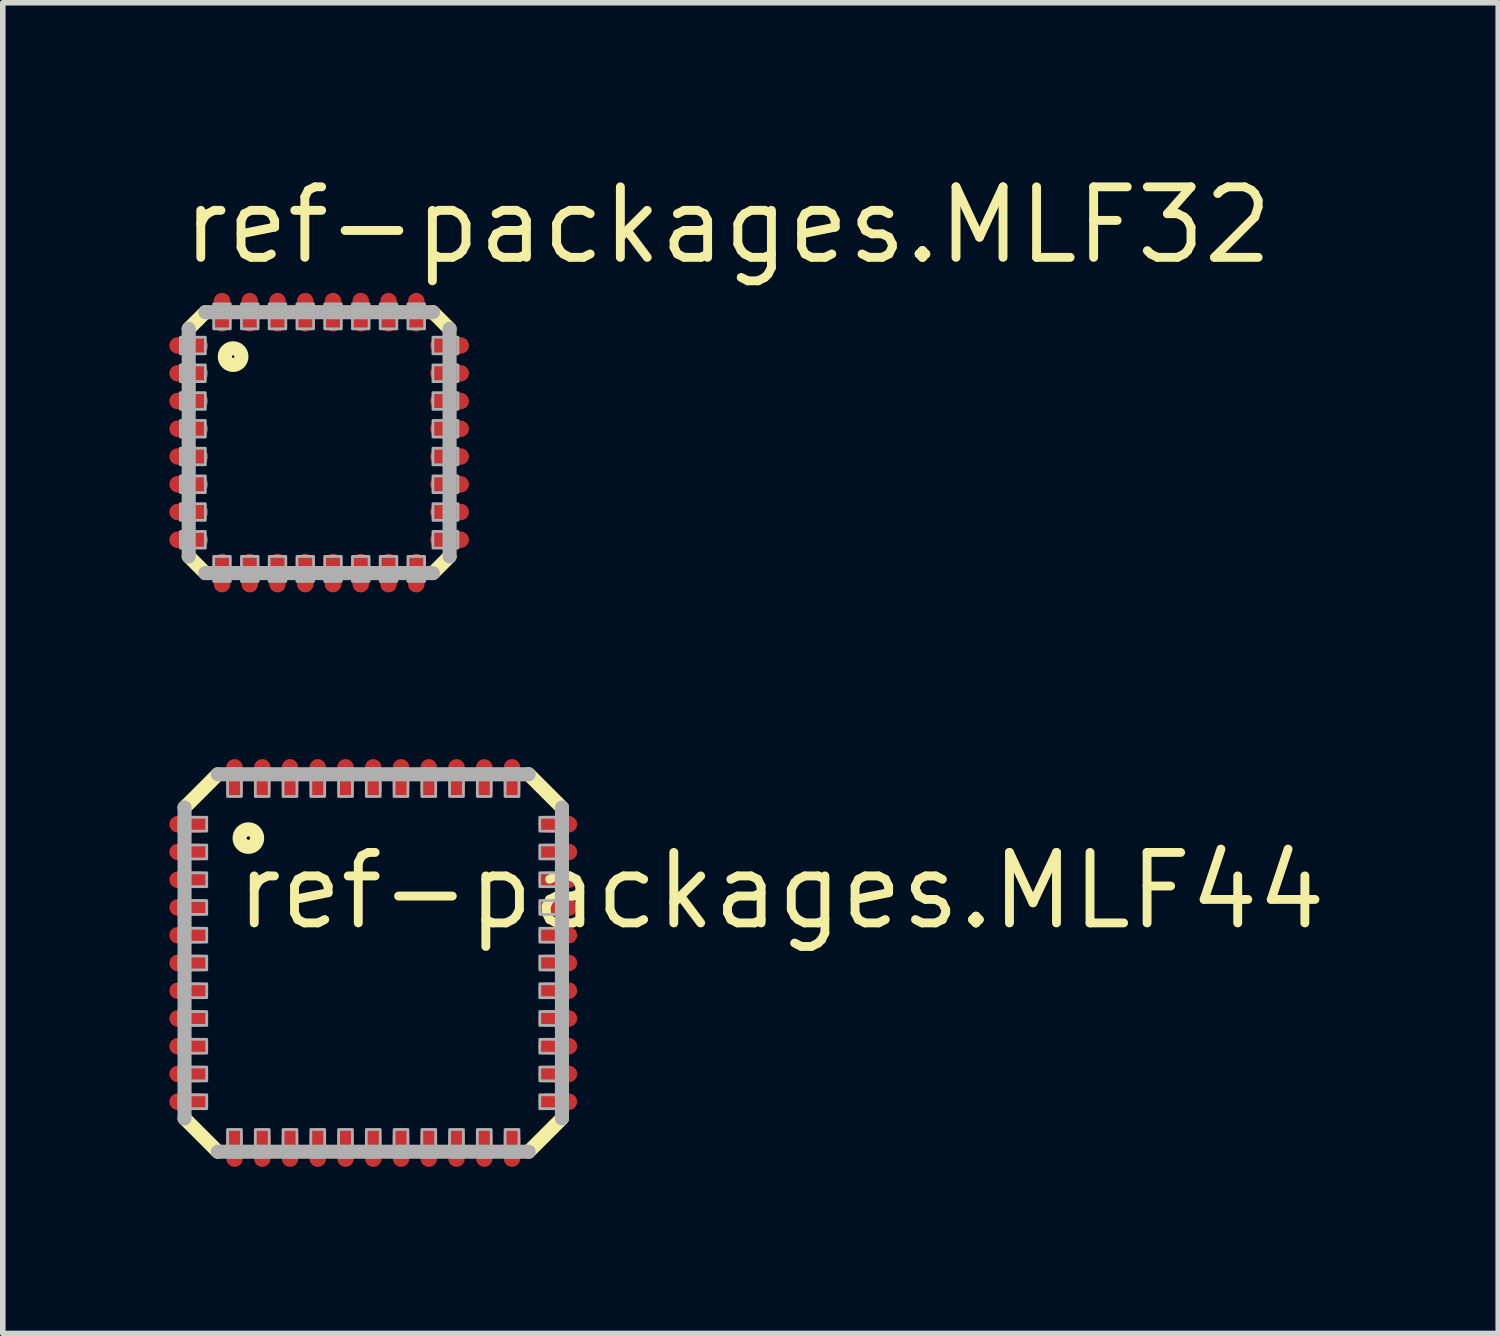
<source format=kicad_pcb>
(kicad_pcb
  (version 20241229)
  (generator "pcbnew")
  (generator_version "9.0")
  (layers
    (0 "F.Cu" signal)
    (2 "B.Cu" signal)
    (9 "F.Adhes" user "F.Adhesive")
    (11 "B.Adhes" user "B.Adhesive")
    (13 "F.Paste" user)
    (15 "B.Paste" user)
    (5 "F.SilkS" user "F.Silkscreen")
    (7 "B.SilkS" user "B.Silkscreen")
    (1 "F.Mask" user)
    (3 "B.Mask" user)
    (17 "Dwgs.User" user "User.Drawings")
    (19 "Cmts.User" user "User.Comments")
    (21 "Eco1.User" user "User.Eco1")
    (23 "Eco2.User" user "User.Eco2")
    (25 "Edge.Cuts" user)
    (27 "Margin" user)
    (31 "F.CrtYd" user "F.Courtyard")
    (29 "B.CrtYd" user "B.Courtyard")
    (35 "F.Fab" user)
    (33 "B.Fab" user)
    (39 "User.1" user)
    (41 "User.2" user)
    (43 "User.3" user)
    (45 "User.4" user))
  (footprint "ref-packages.MLF44"
    (layer "F.Cu")
    (at 3.675 14.3)
    (property "Reference" "ref-packages.MLF44" (at -2.552 -0.558 0) (layer "F.SilkS") (effects (font (size 1.27 1.27) (thickness 0.16)) (justify left bottom)))
    (attr smd)
    (fp_line (start -3.4 -2.8) (end -2.8 -3.4) (stroke (width 0.254) (type default)) (layer "F.SilkS"))
    (fp_line (start -2.8 3.4) (end -3.4 2.8) (stroke (width 0.254) (type default)) (layer "F.SilkS"))
    (fp_line (start 2.8 -3.4) (end 3.4 -2.8) (stroke (width 0.254) (type default)) (layer "F.SilkS"))
    (fp_line (start 3.4 2.8) (end 2.8 3.4) (stroke (width 0.254) (type default)) (layer "F.SilkS"))
    (fp_circle (center -2.25 -2.25) (end -2.092 -2.25) (stroke (width 0.254) (type default)) (fill no) (layer "F.SilkS"))
    (fp_line (start -3.4 2.8) (end -3.4 -2.8) (stroke (width 0.254) (type default)) (layer "F.Fab"))
    (fp_line (start -2.8 -3.4) (end 2.8 -3.4) (stroke (width 0.254) (type default)) (layer "F.Fab"))
    (fp_line (start 2.8 3.4) (end -2.8 3.4) (stroke (width 0.254) (type default)) (layer "F.Fab"))
    (fp_line (start 3.4 -2.8) (end 3.4 2.8) (stroke (width 0.254) (type default)) (layer "F.Fab"))
    (fp_rect (start -3.5 -2.375) (end -3 -2.625) (stroke (width 0.05) (type default)) (fill no) (layer "F.Fab"))
    (fp_rect (start -3.5 -1.875) (end -3 -2.125) (stroke (width 0.05) (type default)) (fill no) (layer "F.Fab"))
    (fp_rect (start -3.5 -1.375) (end -3 -1.625) (stroke (width 0.05) (type default)) (fill no) (layer "F.Fab"))
    (fp_rect (start -3.5 -0.875) (end -3 -1.125) (stroke (width 0.05) (type default)) (fill no) (layer "F.Fab"))
    (fp_rect (start -3.5 -0.375) (end -3 -0.625) (stroke (width 0.05) (type default)) (fill no) (layer "F.Fab"))
    (fp_rect (start -3.5 0.125) (end -3 -0.125) (stroke (width 0.05) (type default)) (fill no) (layer "F.Fab"))
    (fp_rect (start -3.5 0.625) (end -3 0.375) (stroke (width 0.05) (type default)) (fill no) (layer "F.Fab"))
    (fp_rect (start -3.5 1.125) (end -3 0.875) (stroke (width 0.05) (type default)) (fill no) (layer "F.Fab"))
    (fp_rect (start -3.5 1.625) (end -3 1.375) (stroke (width 0.05) (type default)) (fill no) (layer "F.Fab"))
    (fp_rect (start -3.5 2.125) (end -3 1.875) (stroke (width 0.05) (type default)) (fill no) (layer "F.Fab"))
    (fp_rect (start -3.5 2.625) (end -3 2.375) (stroke (width 0.05) (type default)) (fill no) (layer "F.Fab"))
    (fp_rect (start -2.625 -3) (end -2.375 -3.5) (stroke (width 0.05) (type default)) (fill no) (layer "F.Fab"))
    (fp_rect (start -2.625 3.5) (end -2.375 3) (stroke (width 0.05) (type default)) (fill no) (layer "F.Fab"))
    (fp_rect (start -2.125 -3) (end -1.875 -3.5) (stroke (width 0.05) (type default)) (fill no) (layer "F.Fab"))
    (fp_rect (start -2.125 3.5) (end -1.875 3) (stroke (width 0.05) (type default)) (fill no) (layer "F.Fab"))
    (fp_rect (start -1.625 -3) (end -1.375 -3.5) (stroke (width 0.05) (type default)) (fill no) (layer "F.Fab"))
    (fp_rect (start -1.625 3.5) (end -1.375 3) (stroke (width 0.05) (type default)) (fill no) (layer "F.Fab"))
    (fp_rect (start -1.125 -3) (end -0.875 -3.5) (stroke (width 0.05) (type default)) (fill no) (layer "F.Fab"))
    (fp_rect (start -1.125 3.5) (end -0.875 3) (stroke (width 0.05) (type default)) (fill no) (layer "F.Fab"))
    (fp_rect (start -0.625 -3) (end -0.375 -3.5) (stroke (width 0.05) (type default)) (fill no) (layer "F.Fab"))
    (fp_rect (start -0.625 3.5) (end -0.375 3) (stroke (width 0.05) (type default)) (fill no) (layer "F.Fab"))
    (fp_rect (start -0.125 -3) (end 0.125 -3.5) (stroke (width 0.05) (type default)) (fill no) (layer "F.Fab"))
    (fp_rect (start -0.125 3.5) (end 0.125 3) (stroke (width 0.05) (type default)) (fill no) (layer "F.Fab"))
    (fp_rect (start 0.375 -3) (end 0.625 -3.5) (stroke (width 0.05) (type default)) (fill no) (layer "F.Fab"))
    (fp_rect (start 0.375 3.5) (end 0.625 3) (stroke (width 0.05) (type default)) (fill no) (layer "F.Fab"))
    (fp_rect (start 0.875 -3) (end 1.125 -3.5) (stroke (width 0.05) (type default)) (fill no) (layer "F.Fab"))
    (fp_rect (start 0.875 3.5) (end 1.125 3) (stroke (width 0.05) (type default)) (fill no) (layer "F.Fab"))
    (fp_rect (start 1.375 -3) (end 1.625 -3.5) (stroke (width 0.05) (type default)) (fill no) (layer "F.Fab"))
    (fp_rect (start 1.375 3.5) (end 1.625 3) (stroke (width 0.05) (type default)) (fill no) (layer "F.Fab"))
    (fp_rect (start 1.875 -3) (end 2.125 -3.5) (stroke (width 0.05) (type default)) (fill no) (layer "F.Fab"))
    (fp_rect (start 1.875 3.5) (end 2.125 3) (stroke (width 0.05) (type default)) (fill no) (layer "F.Fab"))
    (fp_rect (start 2.375 -3) (end 2.625 -3.5) (stroke (width 0.05) (type default)) (fill no) (layer "F.Fab"))
    (fp_rect (start 2.375 3.5) (end 2.625 3) (stroke (width 0.05) (type default)) (fill no) (layer "F.Fab"))
    (fp_rect (start 3 -2.375) (end 3.5 -2.625) (stroke (width 0.05) (type default)) (fill no) (layer "F.Fab"))
    (fp_rect (start 3 -1.875) (end 3.5 -2.125) (stroke (width 0.05) (type default)) (fill no) (layer "F.Fab"))
    (fp_rect (start 3 -1.375) (end 3.5 -1.625) (stroke (width 0.05) (type default)) (fill no) (layer "F.Fab"))
    (fp_rect (start 3 -0.875) (end 3.5 -1.125) (stroke (width 0.05) (type default)) (fill no) (layer "F.Fab"))
    (fp_rect (start 3 -0.375) (end 3.5 -0.625) (stroke (width 0.05) (type default)) (fill no) (layer "F.Fab"))
    (fp_rect (start 3 0.125) (end 3.5 -0.125) (stroke (width 0.05) (type default)) (fill no) (layer "F.Fab"))
    (fp_rect (start 3 0.625) (end 3.5 0.375) (stroke (width 0.05) (type default)) (fill no) (layer "F.Fab"))
    (fp_rect (start 3 1.125) (end 3.5 0.875) (stroke (width 0.05) (type default)) (fill no) (layer "F.Fab"))
    (fp_rect (start 3 1.625) (end 3.5 1.375) (stroke (width 0.05) (type default)) (fill no) (layer "F.Fab"))
    (fp_rect (start 3 2.125) (end 3.5 1.875) (stroke (width 0.05) (type default)) (fill no) (layer "F.Fab"))
    (fp_rect (start 3 2.625) (end 3.5 2.375) (stroke (width 0.05) (type default)) (fill no) (layer "F.Fab"))
    (pad "1" smd roundrect (at -3.325 -2.5) (size 0.7 0.3) (layers "F.Cu" "F.Mask" "F.Paste") (roundrect_rratio 0.5))
    (pad "2" smd roundrect (at -3.325 -2) (size 0.7 0.3) (layers "F.Cu" "F.Mask" "F.Paste") (roundrect_rratio 0.5))
    (pad "3" smd roundrect (at -3.325 -1.5) (size 0.7 0.3) (layers "F.Cu" "F.Mask" "F.Paste") (roundrect_rratio 0.5))
    (pad "4" smd roundrect (at -3.325 -1) (size 0.7 0.3) (layers "F.Cu" "F.Mask" "F.Paste") (roundrect_rratio 0.5))
    (pad "5" smd roundrect (at -3.325 -0.5) (size 0.7 0.3) (layers "F.Cu" "F.Mask" "F.Paste") (roundrect_rratio 0.5))
    (pad "6" smd roundrect (at -3.325 0) (size 0.7 0.3) (layers "F.Cu" "F.Mask" "F.Paste") (roundrect_rratio 0.5))
    (pad "7" smd roundrect (at -3.325 0.5) (size 0.7 0.3) (layers "F.Cu" "F.Mask" "F.Paste") (roundrect_rratio 0.5))
    (pad "8" smd roundrect (at -3.325 1) (size 0.7 0.3) (layers "F.Cu" "F.Mask" "F.Paste") (roundrect_rratio 0.5))
    (pad "9" smd roundrect (at -3.325 1.5) (size 0.7 0.3) (layers "F.Cu" "F.Mask" "F.Paste") (roundrect_rratio 0.5))
    (pad "10" smd roundrect (at -3.325 2) (size 0.7 0.3) (layers "F.Cu" "F.Mask" "F.Paste") (roundrect_rratio 0.5))
    (pad "11" smd roundrect (at -3.325 2.5) (size 0.7 0.3) (layers "F.Cu" "F.Mask" "F.Paste") (roundrect_rratio 0.5))
    (pad "12" smd roundrect (at -2.5 3.325) (size 0.3 0.7) (layers "F.Cu" "F.Mask" "F.Paste") (roundrect_rratio 0.5))
    (pad "13" smd roundrect (at -2 3.325) (size 0.3 0.7) (layers "F.Cu" "F.Mask" "F.Paste") (roundrect_rratio 0.5))
    (pad "14" smd roundrect (at -1.5 3.325) (size 0.3 0.7) (layers "F.Cu" "F.Mask" "F.Paste") (roundrect_rratio 0.5))
    (pad "15" smd roundrect (at -1 3.325) (size 0.3 0.7) (layers "F.Cu" "F.Mask" "F.Paste") (roundrect_rratio 0.5))
    (pad "16" smd roundrect (at -0.5 3.325) (size 0.3 0.7) (layers "F.Cu" "F.Mask" "F.Paste") (roundrect_rratio 0.5))
    (pad "17" smd roundrect (at 0 3.325) (size 0.3 0.7) (layers "F.Cu" "F.Mask" "F.Paste") (roundrect_rratio 0.5))
    (pad "18" smd roundrect (at 0.5 3.325) (size 0.3 0.7) (layers "F.Cu" "F.Mask" "F.Paste") (roundrect_rratio 0.5))
    (pad "19" smd roundrect (at 1 3.325) (size 0.3 0.7) (layers "F.Cu" "F.Mask" "F.Paste") (roundrect_rratio 0.5))
    (pad "20" smd roundrect (at 1.5 3.325) (size 0.3 0.7) (layers "F.Cu" "F.Mask" "F.Paste") (roundrect_rratio 0.5))
    (pad "21" smd roundrect (at 2 3.325) (size 0.3 0.7) (layers "F.Cu" "F.Mask" "F.Paste") (roundrect_rratio 0.5))
    (pad "22" smd roundrect (at 2.5 3.325) (size 0.3 0.7) (layers "F.Cu" "F.Mask" "F.Paste") (roundrect_rratio 0.5))
    (pad "23" smd roundrect (at 3.325 2.5) (size 0.7 0.3) (layers "F.Cu" "F.Mask" "F.Paste") (roundrect_rratio 0.5))
    (pad "24" smd roundrect (at 3.325 2) (size 0.7 0.3) (layers "F.Cu" "F.Mask" "F.Paste") (roundrect_rratio 0.5))
    (pad "25" smd roundrect (at 3.325 1.5) (size 0.7 0.3) (layers "F.Cu" "F.Mask" "F.Paste") (roundrect_rratio 0.5))
    (pad "26" smd roundrect (at 3.325 1) (size 0.7 0.3) (layers "F.Cu" "F.Mask" "F.Paste") (roundrect_rratio 0.5))
    (pad "27" smd roundrect (at 3.325 0.5) (size 0.7 0.3) (layers "F.Cu" "F.Mask" "F.Paste") (roundrect_rratio 0.5))
    (pad "28" smd roundrect (at 3.325 0) (size 0.7 0.3) (layers "F.Cu" "F.Mask" "F.Paste") (roundrect_rratio 0.5))
    (pad "29" smd roundrect (at 3.325 -0.5) (size 0.7 0.3) (layers "F.Cu" "F.Mask" "F.Paste") (roundrect_rratio 0.5))
    (pad "30" smd roundrect (at 3.325 -1) (size 0.7 0.3) (layers "F.Cu" "F.Mask" "F.Paste") (roundrect_rratio 0.5))
    (pad "31" smd roundrect (at 3.325 -1.5) (size 0.7 0.3) (layers "F.Cu" "F.Mask" "F.Paste") (roundrect_rratio 0.5))
    (pad "32" smd roundrect (at 3.325 -2) (size 0.7 0.3) (layers "F.Cu" "F.Mask" "F.Paste") (roundrect_rratio 0.5))
    (pad "33" smd roundrect (at 3.325 -2.5) (size 0.7 0.3) (layers "F.Cu" "F.Mask" "F.Paste") (roundrect_rratio 0.5))
    (pad "34" smd roundrect (at 2.5 -3.325) (size 0.3 0.7) (layers "F.Cu" "F.Mask" "F.Paste") (roundrect_rratio 0.5))
    (pad "35" smd roundrect (at 2 -3.325) (size 0.3 0.7) (layers "F.Cu" "F.Mask" "F.Paste") (roundrect_rratio 0.5))
    (pad "36" smd roundrect (at 1.5 -3.325) (size 0.3 0.7) (layers "F.Cu" "F.Mask" "F.Paste") (roundrect_rratio 0.5))
    (pad "37" smd roundrect (at 1 -3.325) (size 0.3 0.7) (layers "F.Cu" "F.Mask" "F.Paste") (roundrect_rratio 0.5))
    (pad "38" smd roundrect (at 0.5 -3.325) (size 0.3 0.7) (layers "F.Cu" "F.Mask" "F.Paste") (roundrect_rratio 0.5))
    (pad "39" smd roundrect (at 0 -3.325) (size 0.3 0.7) (layers "F.Cu" "F.Mask" "F.Paste") (roundrect_rratio 0.5))
    (pad "40" smd roundrect (at -0.5 -3.325) (size 0.3 0.7) (layers "F.Cu" "F.Mask" "F.Paste") (roundrect_rratio 0.5))
    (pad "41" smd roundrect (at -1 -3.325) (size 0.3 0.7) (layers "F.Cu" "F.Mask" "F.Paste") (roundrect_rratio 0.5))
    (pad "42" smd roundrect (at -1.5 -3.325) (size 0.3 0.7) (layers "F.Cu" "F.Mask" "F.Paste") (roundrect_rratio 0.5))
    (pad "43" smd roundrect (at -2 -3.325) (size 0.3 0.7) (layers "F.Cu" "F.Mask" "F.Paste") (roundrect_rratio 0.5))
    (pad "44" smd roundrect (at -2.5 -3.325) (size 0.3 0.7) (layers "F.Cu" "F.Mask" "F.Paste") (roundrect_rratio 0.5)))
  (footprint "ref-packages.MLF32"
    (layer "F.Cu")
    (at 2.7 4.925)
    (property "Reference" "ref-packages.MLF32" (at -2.54 -3.175 0) (layer "F.SilkS") (effects (font (size 1.27 1.27) (thickness 0.16)) (justify left bottom)))
    (attr smd)
    (fp_line (start -2.35 -2.05) (end -2.05 -2.35) (stroke (width 0.254) (type default)) (layer "F.SilkS"))
    (fp_line (start -2.05 2.35) (end -2.35 2.05) (stroke (width 0.254) (type default)) (layer "F.SilkS"))
    (fp_line (start 2.05 -2.35) (end 2.35 -2.05) (stroke (width 0.254) (type default)) (layer "F.SilkS"))
    (fp_line (start 2.35 2.05) (end 2.05 2.35) (stroke (width 0.254) (type default)) (layer "F.SilkS"))
    (fp_circle (center -1.55 -1.55) (end -1.4 -1.55) (stroke (width 0.254) (type default)) (fill no) (layer "F.SilkS"))
    (fp_line (start -2.35 2.05) (end -2.35 -2.05) (stroke (width 0.254) (type default)) (layer "F.Fab"))
    (fp_line (start -2.05 -2.35) (end 2.05 -2.35) (stroke (width 0.254) (type default)) (layer "F.Fab"))
    (fp_line (start 2.05 2.35) (end -2.05 2.35) (stroke (width 0.254) (type default)) (layer "F.Fab"))
    (fp_line (start 2.35 -2.05) (end 2.35 2.05) (stroke (width 0.254) (type default)) (layer "F.Fab"))
    (fp_rect (start -2.5 -1.6) (end -2.05 -1.9) (stroke (width 0.05) (type default)) (fill no) (layer "F.Fab"))
    (fp_rect (start -2.5 -1.1) (end -2.05 -1.4) (stroke (width 0.05) (type default)) (fill no) (layer "F.Fab"))
    (fp_rect (start -2.5 -0.6) (end -2.05 -0.9) (stroke (width 0.05) (type default)) (fill no) (layer "F.Fab"))
    (fp_rect (start -2.5 -0.1) (end -2.05 -0.4) (stroke (width 0.05) (type default)) (fill no) (layer "F.Fab"))
    (fp_rect (start -2.5 0.4) (end -2.05 0.1) (stroke (width 0.05) (type default)) (fill no) (layer "F.Fab"))
    (fp_rect (start -2.5 0.9) (end -2.05 0.6) (stroke (width 0.05) (type default)) (fill no) (layer "F.Fab"))
    (fp_rect (start -2.5 1.4) (end -2.05 1.1) (stroke (width 0.05) (type default)) (fill no) (layer "F.Fab"))
    (fp_rect (start -2.5 1.9) (end -2.05 1.6) (stroke (width 0.05) (type default)) (fill no) (layer "F.Fab"))
    (fp_rect (start -1.9 -2.05) (end -1.6 -2.5) (stroke (width 0.05) (type default)) (fill no) (layer "F.Fab"))
    (fp_rect (start -1.9 2.5) (end -1.6 2.05) (stroke (width 0.05) (type default)) (fill no) (layer "F.Fab"))
    (fp_rect (start -1.4 -2.05) (end -1.1 -2.5) (stroke (width 0.05) (type default)) (fill no) (layer "F.Fab"))
    (fp_rect (start -1.4 2.5) (end -1.1 2.05) (stroke (width 0.05) (type default)) (fill no) (layer "F.Fab"))
    (fp_rect (start -0.9 -2.05) (end -0.6 -2.5) (stroke (width 0.05) (type default)) (fill no) (layer "F.Fab"))
    (fp_rect (start -0.9 2.5) (end -0.6 2.05) (stroke (width 0.05) (type default)) (fill no) (layer "F.Fab"))
    (fp_rect (start -0.4 -2.05) (end -0.1 -2.5) (stroke (width 0.05) (type default)) (fill no) (layer "F.Fab"))
    (fp_rect (start -0.4 2.5) (end -0.1 2.05) (stroke (width 0.05) (type default)) (fill no) (layer "F.Fab"))
    (fp_rect (start 0.1 -2.05) (end 0.4 -2.5) (stroke (width 0.05) (type default)) (fill no) (layer "F.Fab"))
    (fp_rect (start 0.1 2.5) (end 0.4 2.05) (stroke (width 0.05) (type default)) (fill no) (layer "F.Fab"))
    (fp_rect (start 0.6 -2.05) (end 0.9 -2.5) (stroke (width 0.05) (type default)) (fill no) (layer "F.Fab"))
    (fp_rect (start 0.6 2.5) (end 0.9 2.05) (stroke (width 0.05) (type default)) (fill no) (layer "F.Fab"))
    (fp_rect (start 1.1 -2.05) (end 1.4 -2.5) (stroke (width 0.05) (type default)) (fill no) (layer "F.Fab"))
    (fp_rect (start 1.1 2.5) (end 1.4 2.05) (stroke (width 0.05) (type default)) (fill no) (layer "F.Fab"))
    (fp_rect (start 1.6 -2.05) (end 1.9 -2.5) (stroke (width 0.05) (type default)) (fill no) (layer "F.Fab"))
    (fp_rect (start 1.6 2.5) (end 1.9 2.05) (stroke (width 0.05) (type default)) (fill no) (layer "F.Fab"))
    (fp_rect (start 2.05 -1.6) (end 2.5 -1.9) (stroke (width 0.05) (type default)) (fill no) (layer "F.Fab"))
    (fp_rect (start 2.05 -1.1) (end 2.5 -1.4) (stroke (width 0.05) (type default)) (fill no) (layer "F.Fab"))
    (fp_rect (start 2.05 -0.6) (end 2.5 -0.9) (stroke (width 0.05) (type default)) (fill no) (layer "F.Fab"))
    (fp_rect (start 2.05 -0.1) (end 2.5 -0.4) (stroke (width 0.05) (type default)) (fill no) (layer "F.Fab"))
    (fp_rect (start 2.05 0.4) (end 2.5 0.1) (stroke (width 0.05) (type default)) (fill no) (layer "F.Fab"))
    (fp_rect (start 2.05 0.9) (end 2.5 0.6) (stroke (width 0.05) (type default)) (fill no) (layer "F.Fab"))
    (fp_rect (start 2.05 1.4) (end 2.5 1.1) (stroke (width 0.05) (type default)) (fill no) (layer "F.Fab"))
    (fp_rect (start 2.05 1.9) (end 2.5 1.6) (stroke (width 0.05) (type default)) (fill no) (layer "F.Fab"))
    (pad "1" smd roundrect (at -2.35 -1.75) (size 0.7 0.3) (layers "F.Cu" "F.Mask" "F.Paste") (roundrect_rratio 0.5))
    (pad "2" smd roundrect (at -2.35 -1.25) (size 0.7 0.3) (layers "F.Cu" "F.Mask" "F.Paste") (roundrect_rratio 0.5))
    (pad "3" smd roundrect (at -2.35 -0.75) (size 0.7 0.3) (layers "F.Cu" "F.Mask" "F.Paste") (roundrect_rratio 0.5))
    (pad "4" smd roundrect (at -2.35 -0.25) (size 0.7 0.3) (layers "F.Cu" "F.Mask" "F.Paste") (roundrect_rratio 0.5))
    (pad "5" smd roundrect (at -2.35 0.25) (size 0.7 0.3) (layers "F.Cu" "F.Mask" "F.Paste") (roundrect_rratio 0.5))
    (pad "6" smd roundrect (at -2.35 0.75) (size 0.7 0.3) (layers "F.Cu" "F.Mask" "F.Paste") (roundrect_rratio 0.5))
    (pad "7" smd roundrect (at -2.35 1.25) (size 0.7 0.3) (layers "F.Cu" "F.Mask" "F.Paste") (roundrect_rratio 0.5))
    (pad "8" smd roundrect (at -2.35 1.75) (size 0.7 0.3) (layers "F.Cu" "F.Mask" "F.Paste") (roundrect_rratio 0.5))
    (pad "9" smd roundrect (at -1.75 2.35) (size 0.3 0.7) (layers "F.Cu" "F.Mask" "F.Paste") (roundrect_rratio 0.5))
    (pad "10" smd roundrect (at -1.25 2.35) (size 0.3 0.7) (layers "F.Cu" "F.Mask" "F.Paste") (roundrect_rratio 0.5))
    (pad "11" smd roundrect (at -0.75 2.35) (size 0.3 0.7) (layers "F.Cu" "F.Mask" "F.Paste") (roundrect_rratio 0.5))
    (pad "12" smd roundrect (at -0.25 2.35) (size 0.3 0.7) (layers "F.Cu" "F.Mask" "F.Paste") (roundrect_rratio 0.5))
    (pad "13" smd roundrect (at 0.25 2.35) (size 0.3 0.7) (layers "F.Cu" "F.Mask" "F.Paste") (roundrect_rratio 0.5))
    (pad "14" smd roundrect (at 0.75 2.35) (size 0.3 0.7) (layers "F.Cu" "F.Mask" "F.Paste") (roundrect_rratio 0.5))
    (pad "15" smd roundrect (at 1.25 2.35) (size 0.3 0.7) (layers "F.Cu" "F.Mask" "F.Paste") (roundrect_rratio 0.5))
    (pad "16" smd roundrect (at 1.75 2.35) (size 0.3 0.7) (layers "F.Cu" "F.Mask" "F.Paste") (roundrect_rratio 0.5))
    (pad "17" smd roundrect (at 2.35 1.75) (size 0.7 0.3) (layers "F.Cu" "F.Mask" "F.Paste") (roundrect_rratio 0.5))
    (pad "18" smd roundrect (at 2.35 1.25) (size 0.7 0.3) (layers "F.Cu" "F.Mask" "F.Paste") (roundrect_rratio 0.5))
    (pad "19" smd roundrect (at 2.35 0.75) (size 0.7 0.3) (layers "F.Cu" "F.Mask" "F.Paste") (roundrect_rratio 0.5))
    (pad "20" smd roundrect (at 2.35 0.25) (size 0.7 0.3) (layers "F.Cu" "F.Mask" "F.Paste") (roundrect_rratio 0.5))
    (pad "21" smd roundrect (at 2.35 -0.25) (size 0.7 0.3) (layers "F.Cu" "F.Mask" "F.Paste") (roundrect_rratio 0.5))
    (pad "22" smd roundrect (at 2.35 -0.75) (size 0.7 0.3) (layers "F.Cu" "F.Mask" "F.Paste") (roundrect_rratio 0.5))
    (pad "23" smd roundrect (at 2.35 -1.25) (size 0.7 0.3) (layers "F.Cu" "F.Mask" "F.Paste") (roundrect_rratio 0.5))
    (pad "24" smd roundrect (at 2.35 -1.75) (size 0.7 0.3) (layers "F.Cu" "F.Mask" "F.Paste") (roundrect_rratio 0.5))
    (pad "25" smd roundrect (at 1.75 -2.35) (size 0.3 0.7) (layers "F.Cu" "F.Mask" "F.Paste") (roundrect_rratio 0.5))
    (pad "26" smd roundrect (at 1.25 -2.35) (size 0.3 0.7) (layers "F.Cu" "F.Mask" "F.Paste") (roundrect_rratio 0.5))
    (pad "27" smd roundrect (at 0.75 -2.35) (size 0.3 0.7) (layers "F.Cu" "F.Mask" "F.Paste") (roundrect_rratio 0.5))
    (pad "28" smd roundrect (at 0.25 -2.35) (size 0.3 0.7) (layers "F.Cu" "F.Mask" "F.Paste") (roundrect_rratio 0.5))
    (pad "29" smd roundrect (at -0.25 -2.35) (size 0.3 0.7) (layers "F.Cu" "F.Mask" "F.Paste") (roundrect_rratio 0.5))
    (pad "30" smd roundrect (at -0.75 -2.35) (size 0.3 0.7) (layers "F.Cu" "F.Mask" "F.Paste") (roundrect_rratio 0.5))
    (pad "31" smd roundrect (at -1.25 -2.35) (size 0.3 0.7) (layers "F.Cu" "F.Mask" "F.Paste") (roundrect_rratio 0.5))
    (pad "32" smd roundrect (at -1.75 -2.35) (size 0.3 0.7) (layers "F.Cu" "F.Mask" "F.Paste") (roundrect_rratio 0.5)))
  (gr_rect
    (start -3 -3)
    (end 23.943 20.975)
    (stroke (width 0.1) (type default))
    (fill no)
    (layer "Edge.Cuts")))
</source>
